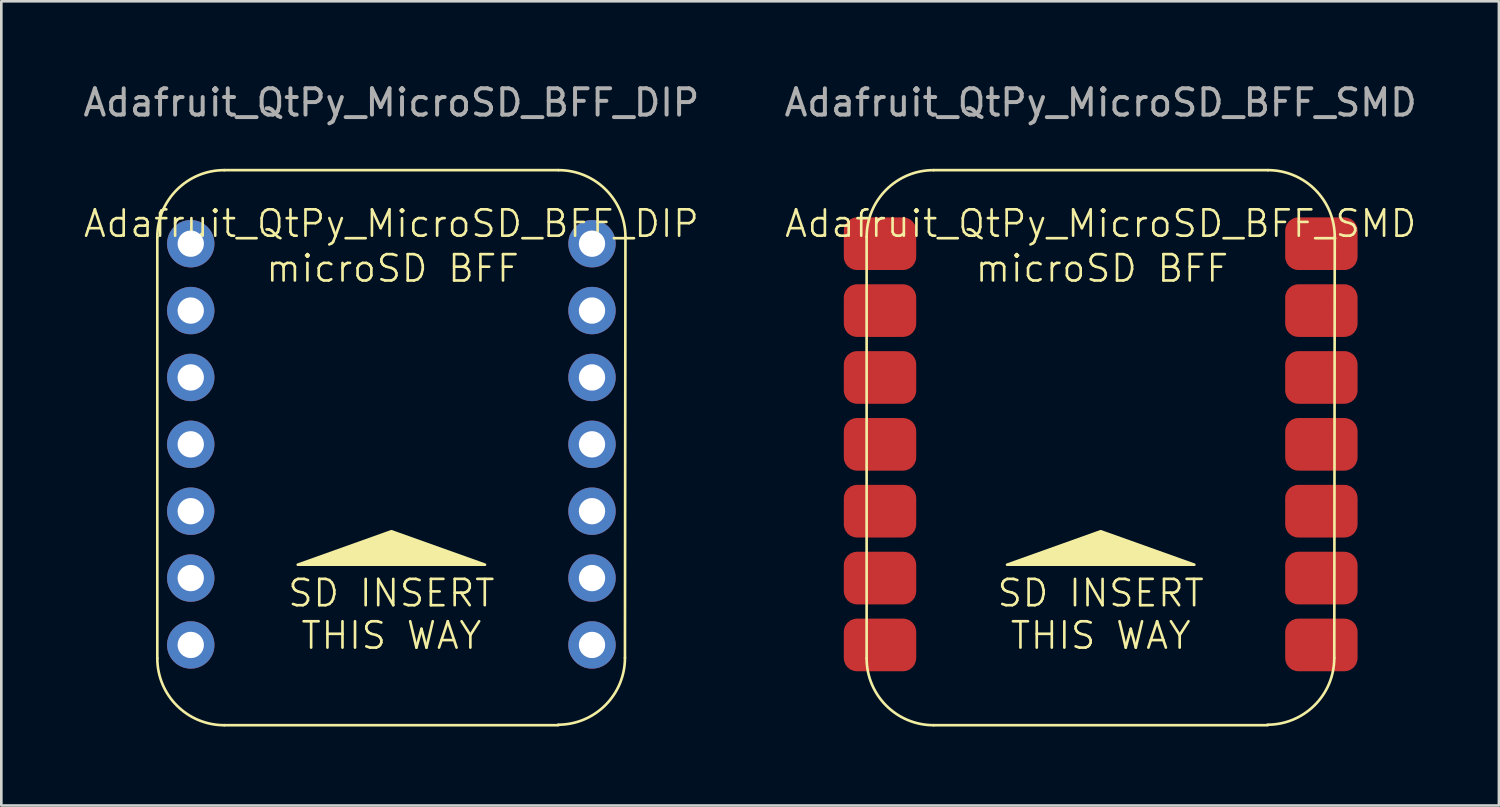
<source format=kicad_pcb>
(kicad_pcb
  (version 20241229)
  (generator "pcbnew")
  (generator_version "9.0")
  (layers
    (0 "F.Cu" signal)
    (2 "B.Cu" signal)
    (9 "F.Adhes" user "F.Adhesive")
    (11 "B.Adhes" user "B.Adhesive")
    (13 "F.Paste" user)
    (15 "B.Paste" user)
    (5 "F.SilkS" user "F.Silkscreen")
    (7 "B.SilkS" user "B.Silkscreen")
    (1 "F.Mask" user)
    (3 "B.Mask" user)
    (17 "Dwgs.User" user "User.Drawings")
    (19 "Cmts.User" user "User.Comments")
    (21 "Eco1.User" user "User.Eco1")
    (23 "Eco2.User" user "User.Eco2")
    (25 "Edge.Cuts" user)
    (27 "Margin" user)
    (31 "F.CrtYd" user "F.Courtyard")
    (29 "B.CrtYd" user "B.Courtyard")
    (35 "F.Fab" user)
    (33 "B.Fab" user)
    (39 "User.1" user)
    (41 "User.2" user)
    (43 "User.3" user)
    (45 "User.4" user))
  (footprint "Adafruit_QtPy_MicroSD_BFF_DIP"
    (layer "F.Cu")
    (at 11.815 13.826)
    (property "Reference" "Adafruit_QtPy_MicroSD_BFF_DIP" (at 0 -8.382 0) (unlocked yes) (layer "F.SilkS") (effects (font (size 1 1) (thickness 0.1))))
    (attr smd)
    (fp_line (start -8.89 -7.874) (end -8.89 8.128) (stroke (width 0.1) (type default)) (layer "F.SilkS"))
    (fp_line (start -6.35 -10.414) (end 6.35 -10.414) (stroke (width 0.1) (type default)) (layer "F.SilkS"))
    (fp_line (start 6.35 10.668) (end -6.35 10.668) (stroke (width 0.1) (type default)) (layer "F.SilkS"))
    (fp_line (start 8.89 -7.874) (end 8.872 8.11) (stroke (width 0.1) (type default)) (layer "F.SilkS"))
    (fp_arc (start -8.89 -7.874) (mid -8.146051 -9.670051) (end -6.35 -10.414) (stroke (width 0.1) (type default)) (layer "F.SilkS"))
    (fp_arc (start -6.35 10.668) (mid -8.146051 9.924051) (end -8.89 8.128) (stroke (width 0.1) (type default)) (layer "F.SilkS"))
    (fp_arc (start 6.35 -10.414) (mid 8.146051 -9.670051) (end 8.89 -7.874) (stroke (width 0.1) (type default)) (layer "F.SilkS"))
    (fp_arc (start 8.871949 8.109949) (mid 8.128001 9.906001) (end 6.331949 10.649949) (stroke (width 0.1) (type default)) (layer "F.SilkS"))
    (fp_poly (pts (xy 0 3.302) (xy -3.556 4.572) (xy 3.556 4.572)) (stroke (width 0.1) (type solid)) (fill yes) (layer "F.SilkS"))
    (fp_text user "microSD BFF" (at -4.826 -6.096 0) (unlocked yes) (layer "F.SilkS") (effects (font (size 1 1) (thickness 0.1)) (justify left bottom)))
    (fp_text user "${REFERENCE}" (at 0 -12.978 0) (unlocked yes) (layer "F.Fab") (effects (font (size 1 1) (thickness 0.15))))
    (fp_text_box "SD INSERT\nTHIS WAY" (start -4.826 4.318) (end 4.826 7.874) (margins 0.8 0.8 0.8 0.8) (layer "F.SilkS") (effects (font (size 1 1) (thickness 0.1)) (justify top)) (border no) (stroke (width 0.1) (type solid)))
    (pad "1" thru_hole circle (at 7.62 -7.62) (size 1.8 1.8) (drill 1) (layers "*.Cu" "*.Mask"))
    (pad "2" thru_hole circle (at 7.62 -5.08) (size 1.8 1.8) (drill 1) (layers "*.Cu" "*.Mask"))
    (pad "3" thru_hole circle (at 7.62 -2.54) (size 1.8 1.8) (drill 1) (layers "*.Cu" "*.Mask"))
    (pad "4" thru_hole circle (at 7.62 0) (size 1.8 1.8) (drill 1) (layers "*.Cu" "*.Mask"))
    (pad "5" thru_hole circle (at 7.62 2.54) (size 1.8 1.8) (drill 1) (layers "*.Cu" "*.Mask"))
    (pad "6" thru_hole circle (at 7.62 5.08) (size 1.8 1.8) (drill 1) (layers "*.Cu" "*.Mask"))
    (pad "7" thru_hole circle (at 7.62 7.62) (size 1.8 1.8) (drill 1) (layers "*.Cu" "*.Mask"))
    (pad "8" thru_hole circle (at -7.62 7.62) (size 1.8 1.8) (drill 1) (layers "*.Cu" "*.Mask"))
    (pad "9" thru_hole circle (at -7.62 5.08) (size 1.8 1.8) (drill 1) (layers "*.Cu" "*.Mask"))
    (pad "10" thru_hole circle (at -7.62 2.54) (size 1.8 1.8) (drill 1) (layers "*.Cu" "*.Mask"))
    (pad "11" thru_hole circle (at -7.62 0) (size 1.8 1.8) (drill 1) (layers "*.Cu" "*.Mask"))
    (pad "12" thru_hole circle (at -7.62 -2.54) (size 1.8 1.8) (drill 1) (layers "*.Cu" "*.Mask"))
    (pad "13" thru_hole circle (at -7.62 -5.08) (size 1.8 1.8) (drill 1) (layers "*.Cu" "*.Mask"))
    (pad "14" thru_hole circle (at -7.62 -7.62) (size 1.8 1.8) (drill 1) (layers "*.Cu" "*.Mask")))
  (footprint "Adafruit_QtPy_MicroSD_BFF_SMD"
    (layer "F.Cu")
    (at 38.756 13.826)
    (property "Reference" "Adafruit_QtPy_MicroSD_BFF_SMD" (at 0 -8.382 0) (unlocked yes) (layer "F.SilkS") (effects (font (size 1 1) (thickness 0.1))))
    (attr smd)
    (fp_line (start -8.89 -7.874) (end -8.89 8.128) (stroke (width 0.1) (type default)) (layer "F.SilkS"))
    (fp_line (start -6.35 -10.414) (end 6.35 -10.414) (stroke (width 0.1) (type default)) (layer "F.SilkS"))
    (fp_line (start 6.35 10.668) (end -6.35 10.668) (stroke (width 0.1) (type default)) (layer "F.SilkS"))
    (fp_line (start 8.89 -7.874) (end 8.872 8.11) (stroke (width 0.1) (type default)) (layer "F.SilkS"))
    (fp_arc (start -8.89 -7.874) (mid -8.146051 -9.670051) (end -6.35 -10.414) (stroke (width 0.1) (type default)) (layer "F.SilkS"))
    (fp_arc (start -6.35 10.668) (mid -8.146051 9.924051) (end -8.89 8.128) (stroke (width 0.1) (type default)) (layer "F.SilkS"))
    (fp_arc (start 6.35 -10.414) (mid 8.146051 -9.670051) (end 8.89 -7.874) (stroke (width 0.1) (type default)) (layer "F.SilkS"))
    (fp_arc (start 8.871949 8.109949) (mid 8.128001 9.906001) (end 6.331949 10.649949) (stroke (width 0.1) (type default)) (layer "F.SilkS"))
    (fp_poly (pts (xy 0 3.302) (xy -3.556 4.572) (xy 3.556 4.572)) (stroke (width 0.1) (type solid)) (fill yes) (layer "F.SilkS"))
    (fp_text user "microSD BFF" (at -4.826 -6.096 0) (unlocked yes) (layer "F.SilkS") (effects (font (size 1 1) (thickness 0.1)) (justify left bottom)))
    (fp_text user "${REFERENCE}" (at 0 -12.978 0) (unlocked yes) (layer "F.Fab") (effects (font (size 1 1) (thickness 0.15))))
    (fp_text_box "SD INSERT\nTHIS WAY" (start -4.826 4.318) (end 4.826 7.874) (margins 0.8 0.8 0.8 0.8) (layer "F.SilkS") (effects (font (size 1 1) (thickness 0.1)) (justify top)) (border no) (stroke (width 0.1) (type solid)))
    (pad "1" smd roundrect (at 8.382 -7.62) (size 2.75 2) (layers "F.Cu" "F.Mask" "F.Paste") (roundrect_rratio 0.25))
    (pad "2" smd roundrect (at 8.382 -5.08) (size 2.75 2) (layers "F.Cu" "F.Mask" "F.Paste") (roundrect_rratio 0.25))
    (pad "3" smd roundrect (at 8.382 -2.54) (size 2.75 2) (layers "F.Cu" "F.Mask" "F.Paste") (roundrect_rratio 0.25))
    (pad "4" smd roundrect (at 8.382 0) (size 2.75 2) (layers "F.Cu" "F.Mask" "F.Paste") (roundrect_rratio 0.25))
    (pad "5" smd roundrect (at 8.382 2.54) (size 2.75 2) (layers "F.Cu" "F.Mask" "F.Paste") (roundrect_rratio 0.25))
    (pad "6" smd roundrect (at 8.382 5.08) (size 2.75 2) (layers "F.Cu" "F.Mask" "F.Paste") (roundrect_rratio 0.25))
    (pad "7" smd roundrect (at 8.382 7.62) (size 2.75 2) (layers "F.Cu" "F.Mask" "F.Paste") (roundrect_rratio 0.25))
    (pad "8" smd roundrect (at -8.382 7.62) (size 2.75 2) (layers "F.Cu" "F.Mask" "F.Paste") (roundrect_rratio 0.25))
    (pad "9" smd roundrect (at -8.382 5.08) (size 2.75 2) (layers "F.Cu" "F.Mask" "F.Paste") (roundrect_rratio 0.25))
    (pad "10" smd roundrect (at -8.382 2.54) (size 2.75 2) (layers "F.Cu" "F.Mask" "F.Paste") (roundrect_rratio 0.25))
    (pad "11" smd roundrect (at -8.382 0) (size 2.75 2) (layers "F.Cu" "F.Mask" "F.Paste") (roundrect_rratio 0.25))
    (pad "12" smd roundrect (at -8.382 -2.54) (size 2.75 2) (layers "F.Cu" "F.Mask" "F.Paste") (roundrect_rratio 0.25))
    (pad "13" smd roundrect (at -8.382 -5.08) (size 2.75 2) (layers "F.Cu" "F.Mask" "F.Paste") (roundrect_rratio 0.25))
    (pad "14" smd roundrect (at -8.382 -7.62) (size 2.75 2) (layers "F.Cu" "F.Mask" "F.Paste") (roundrect_rratio 0.25)))
  (gr_rect
    (start -3 -3)
    (end 53.881 27.544)
    (stroke (width 0.1) (type default))
    (fill no)
    (layer "Edge.Cuts")))
</source>
